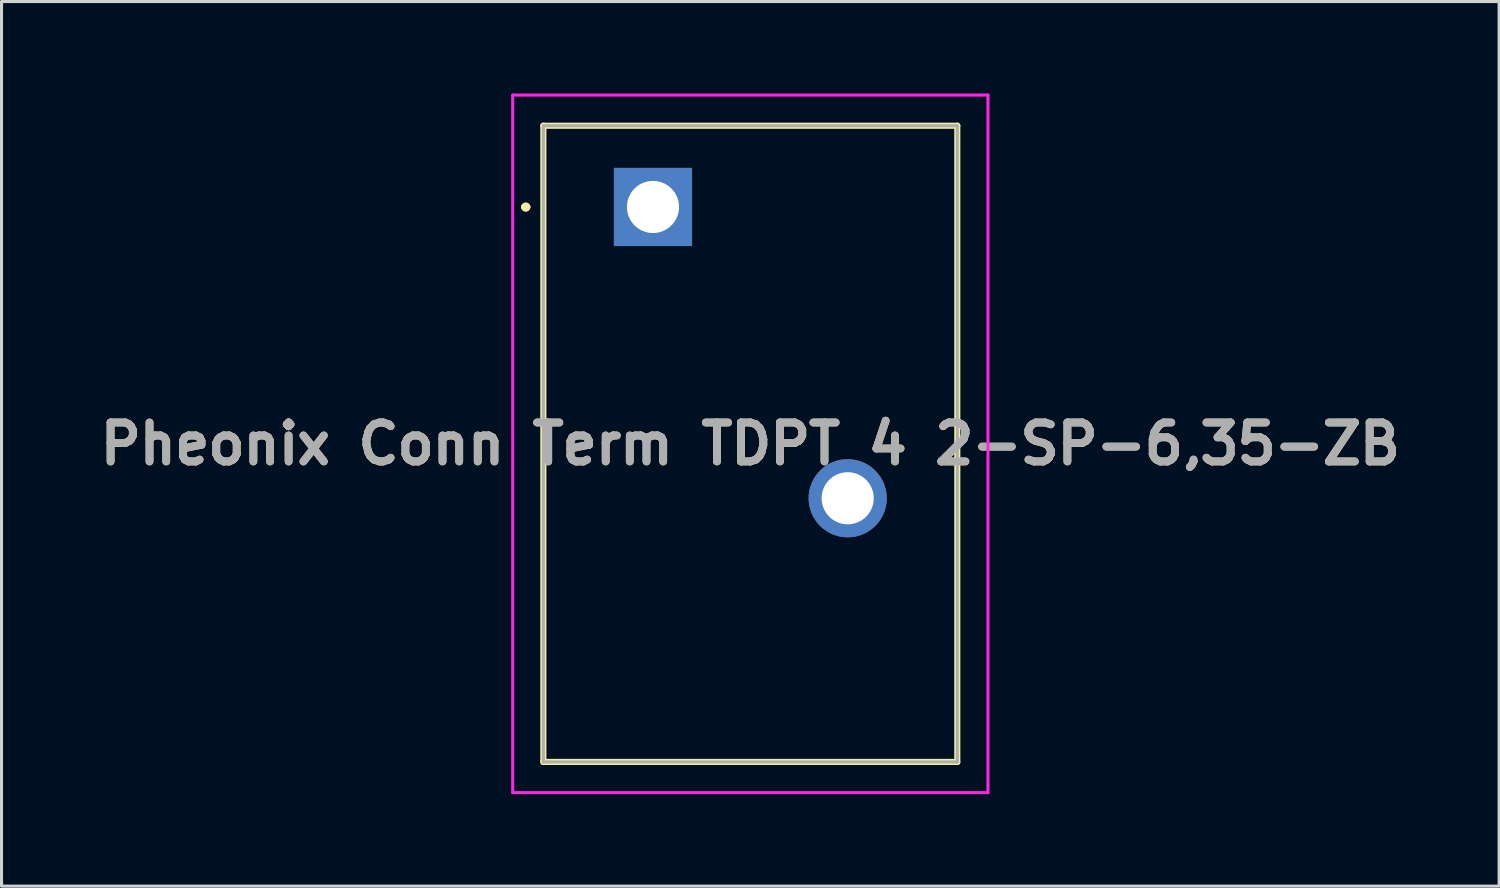
<source format=kicad_pcb>
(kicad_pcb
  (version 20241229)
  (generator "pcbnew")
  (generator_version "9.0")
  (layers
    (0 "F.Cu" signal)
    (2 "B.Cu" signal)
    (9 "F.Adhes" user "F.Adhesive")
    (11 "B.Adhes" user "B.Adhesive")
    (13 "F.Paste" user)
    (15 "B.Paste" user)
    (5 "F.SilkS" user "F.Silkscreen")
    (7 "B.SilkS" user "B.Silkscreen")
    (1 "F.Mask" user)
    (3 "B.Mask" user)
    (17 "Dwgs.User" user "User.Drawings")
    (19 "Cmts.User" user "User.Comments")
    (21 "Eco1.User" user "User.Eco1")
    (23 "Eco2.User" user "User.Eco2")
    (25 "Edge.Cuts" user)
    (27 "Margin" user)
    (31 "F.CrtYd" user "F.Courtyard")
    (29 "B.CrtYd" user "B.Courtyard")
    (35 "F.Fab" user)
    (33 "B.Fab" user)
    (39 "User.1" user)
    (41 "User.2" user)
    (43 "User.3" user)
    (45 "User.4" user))
  (footprint "Pheonix Conn Term TDPT 4 2-SP-6,35-ZB"
    (layer "F.Cu")
    (at 18.246 3.7)
    (property "Reference" "Pheonix Conn Term TDPT 4 2-SP-6,35-ZB" (at 3.175 7.725 0) (layer "F.SilkS") (effects (font (size 1.27 1.27) (thickness 0.254))))
    (attr through_hole)
    (fp_line (start -4.2 0) (end -4.2 0) (stroke (width 0.2) (type solid)) (layer "F.SilkS"))
    (fp_line (start -4.2 0) (end -4.2 0) (stroke (width 0.2) (type solid)) (layer "F.SilkS"))
    (fp_line (start -4.1 0) (end -4.1 0) (stroke (width 0.2) (type solid)) (layer "F.SilkS"))
    (fp_line (start -3.575 -2.65) (end 9.925 -2.65) (stroke (width 0.2) (type solid)) (layer "F.SilkS"))
    (fp_line (start -3.575 18.1) (end -3.575 -2.65) (stroke (width 0.2) (type solid)) (layer "F.SilkS"))
    (fp_line (start 9.925 -2.65) (end 9.925 18.1) (stroke (width 0.2) (type solid)) (layer "F.SilkS"))
    (fp_line (start 9.925 18.1) (end -3.575 18.1) (stroke (width 0.2) (type solid)) (layer "F.SilkS"))
    (fp_arc (start -4.2 0) (mid -4.15 -0.05) (end -4.1 0) (stroke (width 0.2) (type solid)) (layer "F.SilkS"))
    (fp_arc (start -4.1 0) (mid -4.15 0.05) (end -4.2 0) (stroke (width 0.2) (type solid)) (layer "F.SilkS"))
    (fp_arc (start -4.1 0) (mid -4.15 0.05) (end -4.2 0) (stroke (width 0.2) (type solid)) (layer "F.SilkS"))
    (fp_line (start -4.575 -3.65) (end 10.925 -3.65) (stroke (width 0.1) (type solid)) (layer "F.CrtYd"))
    (fp_line (start -4.575 19.1) (end -4.575 -3.65) (stroke (width 0.1) (type solid)) (layer "F.CrtYd"))
    (fp_line (start 10.925 -3.65) (end 10.925 19.1) (stroke (width 0.1) (type solid)) (layer "F.CrtYd"))
    (fp_line (start 10.925 19.1) (end -4.575 19.1) (stroke (width 0.1) (type solid)) (layer "F.CrtYd"))
    (fp_line (start -3.575 -2.65) (end -3.575 18.1) (stroke (width 0.1) (type solid)) (layer "F.Fab"))
    (fp_line (start -3.575 18.1) (end 9.925 18.1) (stroke (width 0.1) (type solid)) (layer "F.Fab"))
    (fp_line (start 9.925 -2.65) (end -3.575 -2.65) (stroke (width 0.1) (type solid)) (layer "F.Fab"))
    (fp_line (start 9.925 18.1) (end 9.925 -2.65) (stroke (width 0.1) (type solid)) (layer "F.Fab"))
    (fp_text user "${REFERENCE}" (at 3.175 7.725 0) (layer "F.Fab") (effects (font (size 1.27 1.27) (thickness 0.254))))
    (pad "1" thru_hole rect (at 0 0) (size 2.55 2.55) (drill 1.7) (layers "*.Cu" "*.Mask"))
    (pad "2" thru_hole circle (at 6.35 9.5) (size 2.55 2.55) (drill 1.7) (layers "*.Cu" "*.Mask")))
  (gr_rect
    (start -3 -3)
    (end 45.841 25.85)
    (stroke (width 0.1) (type default))
    (fill no)
    (layer "Edge.Cuts")))
</source>
